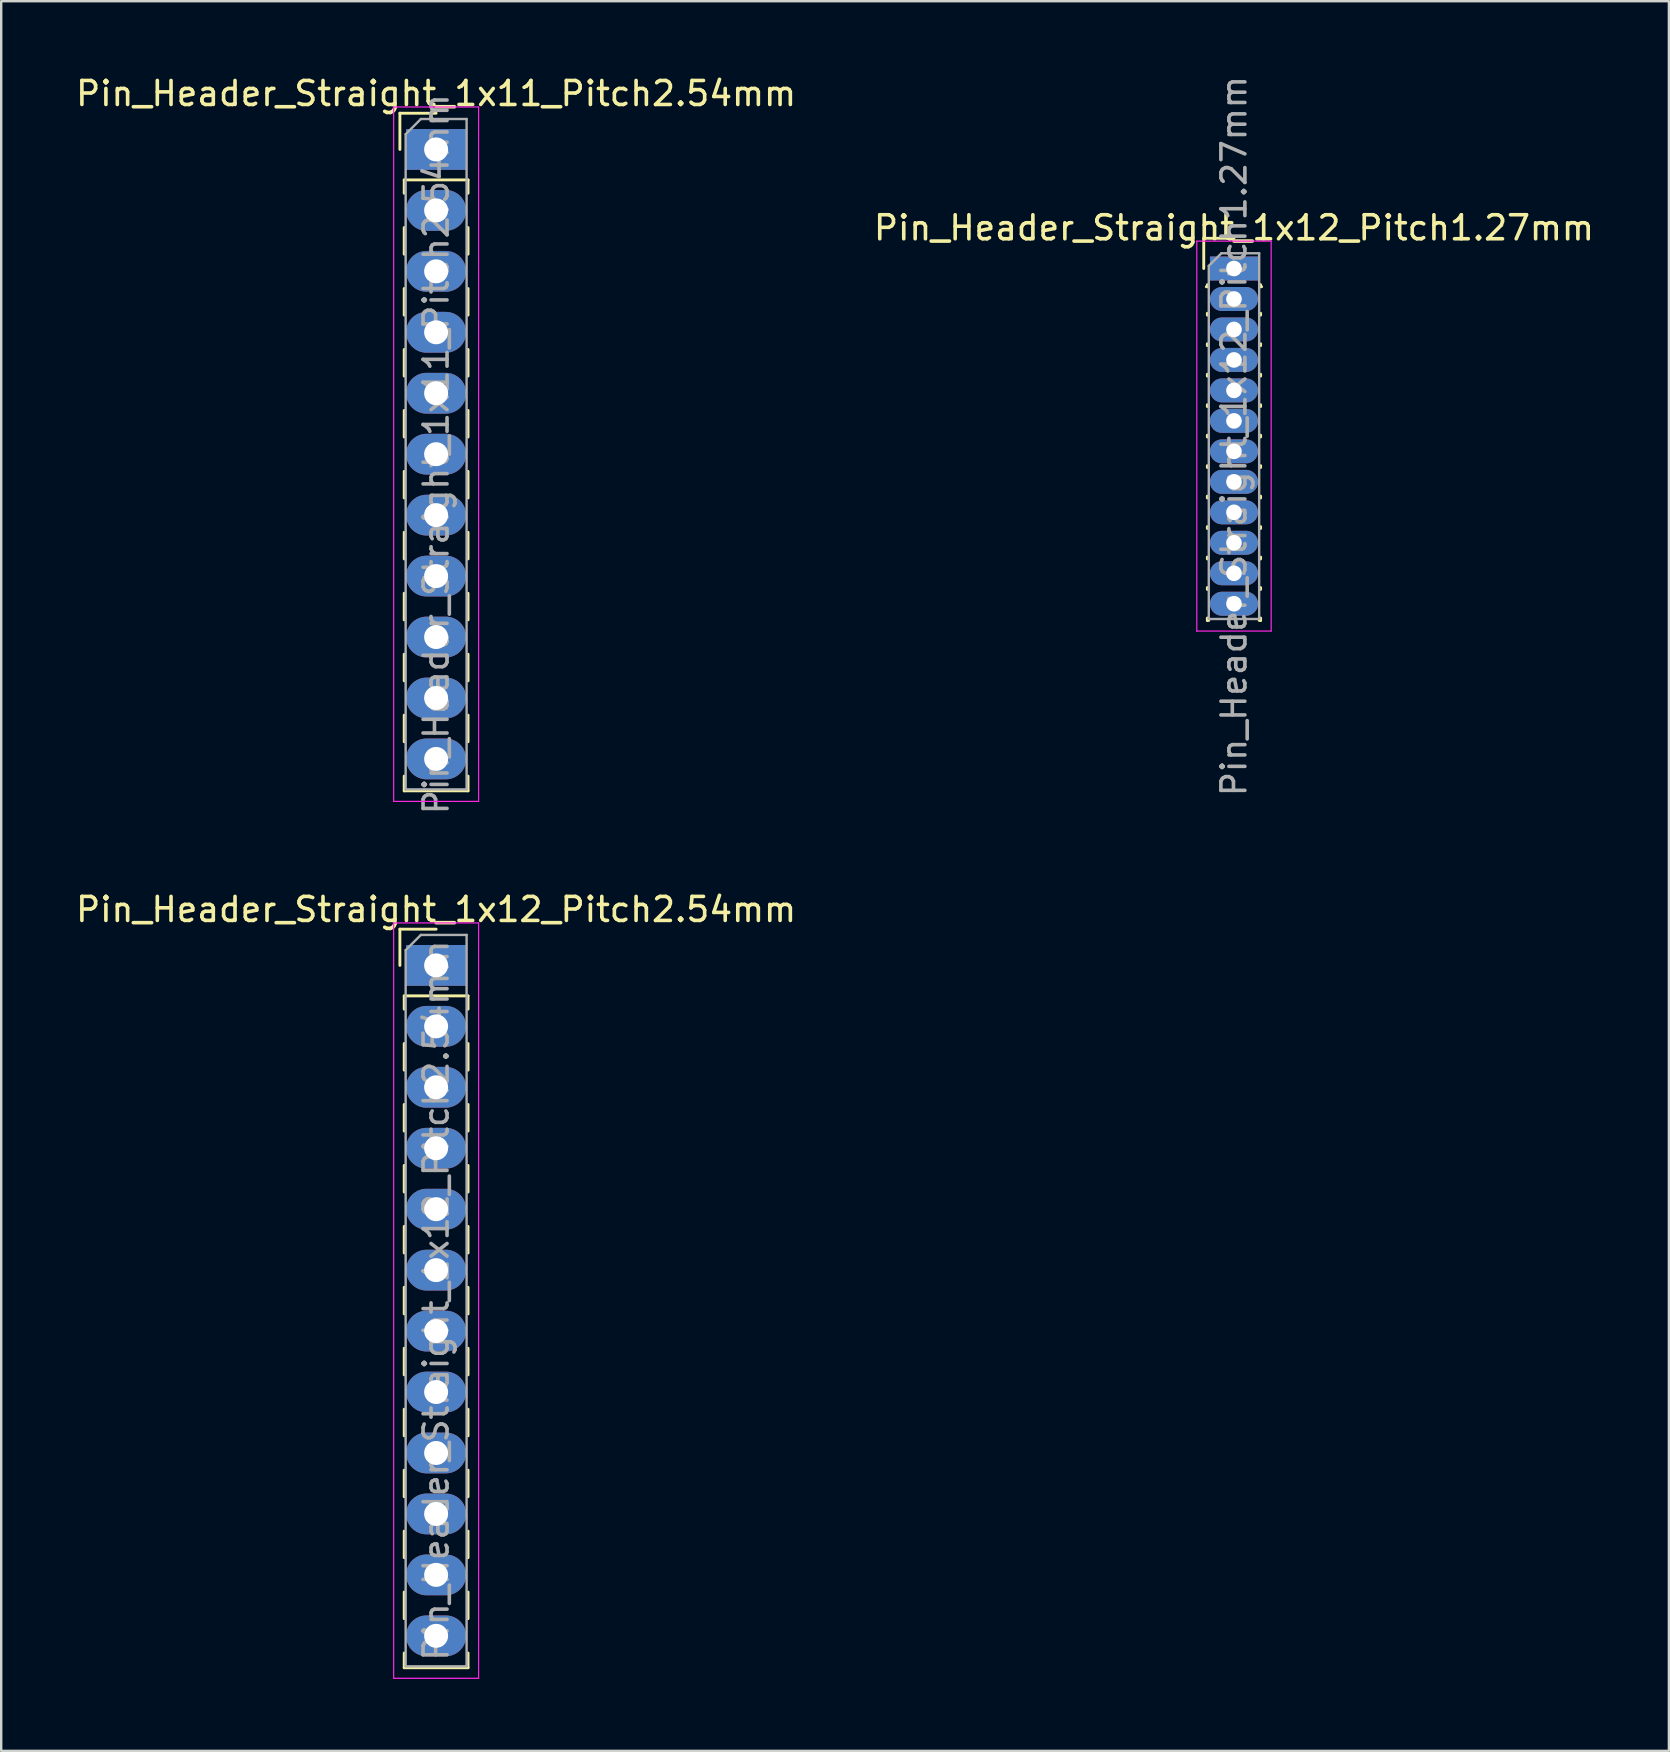
<source format=kicad_pcb>
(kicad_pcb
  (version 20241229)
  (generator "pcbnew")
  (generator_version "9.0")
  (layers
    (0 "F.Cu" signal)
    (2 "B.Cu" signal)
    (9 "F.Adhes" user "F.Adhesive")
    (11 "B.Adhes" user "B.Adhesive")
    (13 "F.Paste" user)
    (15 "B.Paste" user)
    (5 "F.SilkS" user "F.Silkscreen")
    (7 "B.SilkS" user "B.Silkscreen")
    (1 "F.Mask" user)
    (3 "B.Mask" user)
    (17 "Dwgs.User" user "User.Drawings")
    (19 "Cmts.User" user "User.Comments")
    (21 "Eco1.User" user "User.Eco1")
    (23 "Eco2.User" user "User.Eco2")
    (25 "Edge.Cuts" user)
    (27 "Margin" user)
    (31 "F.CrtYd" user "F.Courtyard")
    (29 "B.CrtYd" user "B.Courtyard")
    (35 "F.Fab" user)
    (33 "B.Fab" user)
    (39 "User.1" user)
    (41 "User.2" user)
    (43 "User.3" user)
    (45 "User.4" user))
  (footprint "Pin_Header_Straight_1x12_Pitch2.54mm"
    (layer "F.Cu")
    (at 15.125 37.182)
    (property "Reference" "Pin_Header_Straight_1x12_Pitch2.54mm" (at 0 -2.33 0) (layer "F.SilkS") (effects (font (size 1 1) (thickness 0.15))))
    (attr through_hole)
    (fp_line (start -1.51 -1.51) (end 0 -1.51) (stroke (width 0.12) (type solid)) (layer "F.SilkS"))
    (fp_line (start -1.51 0) (end -1.51 -1.51) (stroke (width 0.12) (type solid)) (layer "F.SilkS"))
    (fp_line (start -1.33 1.27) (end -1.33 1.825) (stroke (width 0.12) (type solid)) (layer "F.SilkS"))
    (fp_line (start -1.33 1.27) (end 1.33 1.27) (stroke (width 0.12) (type solid)) (layer "F.SilkS"))
    (fp_line (start -1.33 3.255) (end -1.33 4.365) (stroke (width 0.12) (type solid)) (layer "F.SilkS"))
    (fp_line (start -1.33 5.795) (end -1.33 6.905) (stroke (width 0.12) (type solid)) (layer "F.SilkS"))
    (fp_line (start -1.33 8.335) (end -1.33 9.445) (stroke (width 0.12) (type solid)) (layer "F.SilkS"))
    (fp_line (start -1.33 10.875) (end -1.33 11.985) (stroke (width 0.12) (type solid)) (layer "F.SilkS"))
    (fp_line (start -1.33 13.415) (end -1.33 14.525) (stroke (width 0.12) (type solid)) (layer "F.SilkS"))
    (fp_line (start -1.33 15.955) (end -1.33 17.065) (stroke (width 0.12) (type solid)) (layer "F.SilkS"))
    (fp_line (start -1.33 18.495) (end -1.33 19.605) (stroke (width 0.12) (type solid)) (layer "F.SilkS"))
    (fp_line (start -1.33 21.035) (end -1.33 22.145) (stroke (width 0.12) (type solid)) (layer "F.SilkS"))
    (fp_line (start -1.33 23.575) (end -1.33 24.685) (stroke (width 0.12) (type solid)) (layer "F.SilkS"))
    (fp_line (start -1.33 26.115) (end -1.33 27.225) (stroke (width 0.12) (type solid)) (layer "F.SilkS"))
    (fp_line (start -1.33 28.655) (end -1.33 29.27) (stroke (width 0.12) (type solid)) (layer "F.SilkS"))
    (fp_line (start -1.33 29.27) (end 1.33 29.27) (stroke (width 0.12) (type solid)) (layer "F.SilkS"))
    (fp_line (start 1.33 1.27) (end 1.33 1.825) (stroke (width 0.12) (type solid)) (layer "F.SilkS"))
    (fp_line (start 1.33 3.255) (end 1.33 4.365) (stroke (width 0.12) (type solid)) (layer "F.SilkS"))
    (fp_line (start 1.33 5.795) (end 1.33 6.905) (stroke (width 0.12) (type solid)) (layer "F.SilkS"))
    (fp_line (start 1.33 8.335) (end 1.33 9.445) (stroke (width 0.12) (type solid)) (layer "F.SilkS"))
    (fp_line (start 1.33 10.875) (end 1.33 11.985) (stroke (width 0.12) (type solid)) (layer "F.SilkS"))
    (fp_line (start 1.33 13.415) (end 1.33 14.525) (stroke (width 0.12) (type solid)) (layer "F.SilkS"))
    (fp_line (start 1.33 15.955) (end 1.33 17.065) (stroke (width 0.12) (type solid)) (layer "F.SilkS"))
    (fp_line (start 1.33 18.495) (end 1.33 19.605) (stroke (width 0.12) (type solid)) (layer "F.SilkS"))
    (fp_line (start 1.33 21.035) (end 1.33 22.145) (stroke (width 0.12) (type solid)) (layer "F.SilkS"))
    (fp_line (start 1.33 23.575) (end 1.33 24.685) (stroke (width 0.12) (type solid)) (layer "F.SilkS"))
    (fp_line (start 1.33 26.115) (end 1.33 27.225) (stroke (width 0.12) (type solid)) (layer "F.SilkS"))
    (fp_line (start 1.33 28.655) (end 1.33 29.27) (stroke (width 0.12) (type solid)) (layer "F.SilkS"))
    (fp_line (start -1.77 -1.77) (end -1.77 29.71) (stroke (width 0.05) (type solid)) (layer "F.CrtYd"))
    (fp_line (start -1.77 29.71) (end 1.77 29.71) (stroke (width 0.05) (type solid)) (layer "F.CrtYd"))
    (fp_line (start 1.77 -1.77) (end -1.77 -1.77) (stroke (width 0.05) (type solid)) (layer "F.CrtYd"))
    (fp_line (start 1.77 29.71) (end 1.77 -1.77) (stroke (width 0.05) (type solid)) (layer "F.CrtYd"))
    (fp_line (start -1.27 -0.635) (end -0.635 -1.27) (stroke (width 0.1) (type solid)) (layer "F.Fab"))
    (fp_line (start -1.27 29.21) (end -1.27 -0.635) (stroke (width 0.1) (type solid)) (layer "F.Fab"))
    (fp_line (start -0.635 -1.27) (end 1.27 -1.27) (stroke (width 0.1) (type solid)) (layer "F.Fab"))
    (fp_line (start 1.27 -1.27) (end 1.27 29.21) (stroke (width 0.1) (type solid)) (layer "F.Fab"))
    (fp_line (start 1.27 29.21) (end -1.27 29.21) (stroke (width 0.1) (type solid)) (layer "F.Fab"))
    (fp_text user "${REFERENCE}" (at 0 13.97 90) (layer "F.Fab") (effects (font (size 1 1) (thickness 0.15))))
    (pad "1" thru_hole rect (at 0 0) (size 2.5 1.7) (drill 1) (layers "*.Cu" "*.Mask"))
    (pad "2" thru_hole oval (at 0 2.54) (size 2.5 1.7) (drill 1) (layers "*.Cu" "*.Mask"))
    (pad "3" thru_hole oval (at 0 5.08) (size 2.5 1.7) (drill 1) (layers "*.Cu" "*.Mask"))
    (pad "4" thru_hole oval (at 0 7.62) (size 2.5 1.7) (drill 1) (layers "*.Cu" "*.Mask"))
    (pad "5" thru_hole oval (at 0 10.16) (size 2.5 1.7) (drill 1) (layers "*.Cu" "*.Mask"))
    (pad "6" thru_hole oval (at 0 12.7) (size 2.5 1.7) (drill 1) (layers "*.Cu" "*.Mask"))
    (pad "7" thru_hole oval (at 0 15.24) (size 2.5 1.7) (drill 1) (layers "*.Cu" "*.Mask"))
    (pad "8" thru_hole oval (at 0 17.78) (size 2.5 1.7) (drill 1) (layers "*.Cu" "*.Mask"))
    (pad "9" thru_hole oval (at 0 20.32) (size 2.5 1.7) (drill 1) (layers "*.Cu" "*.Mask"))
    (pad "10" thru_hole oval (at 0 22.86) (size 2.5 1.7) (drill 1) (layers "*.Cu" "*.Mask"))
    (pad "11" thru_hole oval (at 0 25.4) (size 2.5 1.7) (drill 1) (layers "*.Cu" "*.Mask"))
    (pad "12" thru_hole oval (at 0 27.94) (size 2.5 1.7) (drill 1) (layers "*.Cu" "*.Mask")))
  (footprint "Pin_Header_Straight_1x12_Pitch1.27mm"
    (layer "F.Cu")
    (at 48.375 8.14)
    (property "Reference" "Pin_Header_Straight_1x12_Pitch1.27mm" (at 0 -1.695 0) (layer "F.SilkS") (effects (font (size 1 1) (thickness 0.15))))
    (attr through_hole)
    (fp_line (start -1.26 -1.26) (end 0 -1.26) (stroke (width 0.12) (type solid)) (layer "F.SilkS"))
    (fp_line (start -1.26 0) (end -1.26 -1.26) (stroke (width 0.12) (type solid)) (layer "F.SilkS"))
    (fp_line (start -1.11 0.76) (end -1.152 0.76) (stroke (width 0.12) (type solid)) (layer "F.SilkS"))
    (fp_line (start -1.11 0.76) (end -1.11 0.674) (stroke (width 0.12) (type solid)) (layer "F.SilkS"))
    (fp_line (start -1.11 1.866) (end -1.11 1.944) (stroke (width 0.12) (type solid)) (layer "F.SilkS"))
    (fp_line (start -1.11 3.136) (end -1.11 3.214) (stroke (width 0.12) (type solid)) (layer "F.SilkS"))
    (fp_line (start -1.11 4.406) (end -1.11 4.484) (stroke (width 0.12) (type solid)) (layer "F.SilkS"))
    (fp_line (start -1.11 5.676) (end -1.11 5.754) (stroke (width 0.12) (type solid)) (layer "F.SilkS"))
    (fp_line (start -1.11 6.946) (end -1.11 7.024) (stroke (width 0.12) (type solid)) (layer "F.SilkS"))
    (fp_line (start -1.11 8.216) (end -1.11 8.294) (stroke (width 0.12) (type solid)) (layer "F.SilkS"))
    (fp_line (start -1.11 9.486) (end -1.11 9.564) (stroke (width 0.12) (type solid)) (layer "F.SilkS"))
    (fp_line (start -1.11 10.756) (end -1.11 10.834) (stroke (width 0.12) (type solid)) (layer "F.SilkS"))
    (fp_line (start -1.11 12.026) (end -1.11 12.104) (stroke (width 0.12) (type solid)) (layer "F.SilkS"))
    (fp_line (start -1.11 13.296) (end -1.11 13.374) (stroke (width 0.12) (type solid)) (layer "F.SilkS"))
    (fp_line (start -1.11 14.566) (end -1.11 14.665) (stroke (width 0.12) (type solid)) (layer "F.SilkS"))
    (fp_line (start -1.11 14.665) (end -1.051 14.665) (stroke (width 0.12) (type solid)) (layer "F.SilkS"))
    (fp_line (start 1.051 14.665) (end 1.11 14.665) (stroke (width 0.12) (type solid)) (layer "F.SilkS"))
    (fp_line (start 1.11 0.76) (end 1.11 0.674) (stroke (width 0.12) (type solid)) (layer "F.SilkS"))
    (fp_line (start 1.11 1.866) (end 1.11 1.944) (stroke (width 0.12) (type solid)) (layer "F.SilkS"))
    (fp_line (start 1.11 3.136) (end 1.11 3.214) (stroke (width 0.12) (type solid)) (layer "F.SilkS"))
    (fp_line (start 1.11 4.406) (end 1.11 4.484) (stroke (width 0.12) (type solid)) (layer "F.SilkS"))
    (fp_line (start 1.11 5.676) (end 1.11 5.754) (stroke (width 0.12) (type solid)) (layer "F.SilkS"))
    (fp_line (start 1.11 6.946) (end 1.11 7.024) (stroke (width 0.12) (type solid)) (layer "F.SilkS"))
    (fp_line (start 1.11 8.216) (end 1.11 8.294) (stroke (width 0.12) (type solid)) (layer "F.SilkS"))
    (fp_line (start 1.11 9.486) (end 1.11 9.564) (stroke (width 0.12) (type solid)) (layer "F.SilkS"))
    (fp_line (start 1.11 10.756) (end 1.11 10.834) (stroke (width 0.12) (type solid)) (layer "F.SilkS"))
    (fp_line (start 1.11 12.026) (end 1.11 12.104) (stroke (width 0.12) (type solid)) (layer "F.SilkS"))
    (fp_line (start 1.11 13.296) (end 1.11 13.374) (stroke (width 0.12) (type solid)) (layer "F.SilkS"))
    (fp_line (start 1.11 14.566) (end 1.11 14.665) (stroke (width 0.12) (type solid)) (layer "F.SilkS"))
    (fp_line (start 1.152 0.76) (end 1.11 0.76) (stroke (width 0.12) (type solid)) (layer "F.SilkS"))
    (fp_line (start -1.55 -1.14) (end -1.55 15.11) (stroke (width 0.05) (type solid)) (layer "F.CrtYd"))
    (fp_line (start -1.55 15.11) (end 1.55 15.11) (stroke (width 0.05) (type solid)) (layer "F.CrtYd"))
    (fp_line (start 1.55 -1.14) (end -1.55 -1.14) (stroke (width 0.05) (type solid)) (layer "F.CrtYd"))
    (fp_line (start 1.55 15.11) (end 1.55 -1.14) (stroke (width 0.05) (type solid)) (layer "F.CrtYd"))
    (fp_line (start -1.05 -0.11) (end -0.525 -0.635) (stroke (width 0.1) (type solid)) (layer "F.Fab"))
    (fp_line (start -1.05 14.605) (end -1.05 -0.11) (stroke (width 0.1) (type solid)) (layer "F.Fab"))
    (fp_line (start -0.525 -0.635) (end 1.05 -0.635) (stroke (width 0.1) (type solid)) (layer "F.Fab"))
    (fp_line (start 1.05 -0.635) (end 1.05 14.605) (stroke (width 0.1) (type solid)) (layer "F.Fab"))
    (fp_line (start 1.05 14.605) (end -1.05 14.605) (stroke (width 0.1) (type solid)) (layer "F.Fab"))
    (fp_text user "${REFERENCE}" (at 0 6.985 90) (layer "F.Fab") (effects (font (size 1 1) (thickness 0.15))))
    (pad "1" thru_hole rect (at 0 0) (size 2 1) (drill 0.65) (layers "*.Cu" "*.Mask"))
    (pad "2" thru_hole oval (at 0 1.27) (size 2 1) (drill 0.65) (layers "*.Cu" "*.Mask"))
    (pad "3" thru_hole oval (at 0 2.54) (size 2 1) (drill 0.65) (layers "*.Cu" "*.Mask"))
    (pad "4" thru_hole oval (at 0 3.81) (size 2 1) (drill 0.65) (layers "*.Cu" "*.Mask"))
    (pad "5" thru_hole oval (at 0 5.08) (size 2 1) (drill 0.65) (layers "*.Cu" "*.Mask"))
    (pad "6" thru_hole oval (at 0 6.35) (size 2 1) (drill 0.65) (layers "*.Cu" "*.Mask"))
    (pad "7" thru_hole oval (at 0 7.62) (size 2 1) (drill 0.65) (layers "*.Cu" "*.Mask"))
    (pad "8" thru_hole oval (at 0 8.89) (size 2 1) (drill 0.65) (layers "*.Cu" "*.Mask"))
    (pad "9" thru_hole oval (at 0 10.16) (size 2 1) (drill 0.65) (layers "*.Cu" "*.Mask"))
    (pad "10" thru_hole oval (at 0 11.43) (size 2 1) (drill 0.65) (layers "*.Cu" "*.Mask"))
    (pad "11" thru_hole oval (at 0 12.7) (size 2 1) (drill 0.65) (layers "*.Cu" "*.Mask"))
    (pad "12" thru_hole oval (at 0 13.97) (size 2 1) (drill 0.65) (layers "*.Cu" "*.Mask")))
  (footprint "Pin_Header_Straight_1x11_Pitch2.54mm"
    (layer "F.Cu")
    (at 15.125 3.178)
    (property "Reference" "Pin_Header_Straight_1x11_Pitch2.54mm" (at 0 -2.33 0) (layer "F.SilkS") (effects (font (size 1 1) (thickness 0.15))))
    (attr through_hole)
    (fp_line (start -1.51 -1.51) (end 0 -1.51) (stroke (width 0.12) (type solid)) (layer "F.SilkS"))
    (fp_line (start -1.51 0) (end -1.51 -1.51) (stroke (width 0.12) (type solid)) (layer "F.SilkS"))
    (fp_line (start -1.33 1.27) (end -1.33 1.825) (stroke (width 0.12) (type solid)) (layer "F.SilkS"))
    (fp_line (start -1.33 1.27) (end 1.33 1.27) (stroke (width 0.12) (type solid)) (layer "F.SilkS"))
    (fp_line (start -1.33 3.255) (end -1.33 4.365) (stroke (width 0.12) (type solid)) (layer "F.SilkS"))
    (fp_line (start -1.33 5.795) (end -1.33 6.905) (stroke (width 0.12) (type solid)) (layer "F.SilkS"))
    (fp_line (start -1.33 8.335) (end -1.33 9.445) (stroke (width 0.12) (type solid)) (layer "F.SilkS"))
    (fp_line (start -1.33 10.875) (end -1.33 11.985) (stroke (width 0.12) (type solid)) (layer "F.SilkS"))
    (fp_line (start -1.33 13.415) (end -1.33 14.525) (stroke (width 0.12) (type solid)) (layer "F.SilkS"))
    (fp_line (start -1.33 15.955) (end -1.33 17.065) (stroke (width 0.12) (type solid)) (layer "F.SilkS"))
    (fp_line (start -1.33 18.495) (end -1.33 19.605) (stroke (width 0.12) (type solid)) (layer "F.SilkS"))
    (fp_line (start -1.33 21.035) (end -1.33 22.145) (stroke (width 0.12) (type solid)) (layer "F.SilkS"))
    (fp_line (start -1.33 23.575) (end -1.33 24.685) (stroke (width 0.12) (type solid)) (layer "F.SilkS"))
    (fp_line (start -1.33 26.115) (end -1.33 26.73) (stroke (width 0.12) (type solid)) (layer "F.SilkS"))
    (fp_line (start -1.33 26.73) (end 1.33 26.73) (stroke (width 0.12) (type solid)) (layer "F.SilkS"))
    (fp_line (start 1.33 1.27) (end 1.33 1.825) (stroke (width 0.12) (type solid)) (layer "F.SilkS"))
    (fp_line (start 1.33 3.255) (end 1.33 4.365) (stroke (width 0.12) (type solid)) (layer "F.SilkS"))
    (fp_line (start 1.33 5.795) (end 1.33 6.905) (stroke (width 0.12) (type solid)) (layer "F.SilkS"))
    (fp_line (start 1.33 8.335) (end 1.33 9.445) (stroke (width 0.12) (type solid)) (layer "F.SilkS"))
    (fp_line (start 1.33 10.875) (end 1.33 11.985) (stroke (width 0.12) (type solid)) (layer "F.SilkS"))
    (fp_line (start 1.33 13.415) (end 1.33 14.525) (stroke (width 0.12) (type solid)) (layer "F.SilkS"))
    (fp_line (start 1.33 15.955) (end 1.33 17.065) (stroke (width 0.12) (type solid)) (layer "F.SilkS"))
    (fp_line (start 1.33 18.495) (end 1.33 19.605) (stroke (width 0.12) (type solid)) (layer "F.SilkS"))
    (fp_line (start 1.33 21.035) (end 1.33 22.145) (stroke (width 0.12) (type solid)) (layer "F.SilkS"))
    (fp_line (start 1.33 23.575) (end 1.33 24.685) (stroke (width 0.12) (type solid)) (layer "F.SilkS"))
    (fp_line (start 1.33 26.115) (end 1.33 26.73) (stroke (width 0.12) (type solid)) (layer "F.SilkS"))
    (fp_line (start -1.77 -1.77) (end -1.77 27.17) (stroke (width 0.05) (type solid)) (layer "F.CrtYd"))
    (fp_line (start -1.77 27.17) (end 1.77 27.17) (stroke (width 0.05) (type solid)) (layer "F.CrtYd"))
    (fp_line (start 1.77 -1.77) (end -1.77 -1.77) (stroke (width 0.05) (type solid)) (layer "F.CrtYd"))
    (fp_line (start 1.77 27.17) (end 1.77 -1.77) (stroke (width 0.05) (type solid)) (layer "F.CrtYd"))
    (fp_line (start -1.27 -0.635) (end -0.635 -1.27) (stroke (width 0.1) (type solid)) (layer "F.Fab"))
    (fp_line (start -1.27 26.67) (end -1.27 -0.635) (stroke (width 0.1) (type solid)) (layer "F.Fab"))
    (fp_line (start -0.635 -1.27) (end 1.27 -1.27) (stroke (width 0.1) (type solid)) (layer "F.Fab"))
    (fp_line (start 1.27 -1.27) (end 1.27 26.67) (stroke (width 0.1) (type solid)) (layer "F.Fab"))
    (fp_line (start 1.27 26.67) (end -1.27 26.67) (stroke (width 0.1) (type solid)) (layer "F.Fab"))
    (fp_text user "${REFERENCE}" (at 0 12.7 90) (layer "F.Fab") (effects (font (size 1 1) (thickness 0.15))))
    (pad "1" thru_hole rect (at 0 0) (size 2.5 1.7) (drill 1) (layers "*.Cu" "*.Mask"))
    (pad "2" thru_hole oval (at 0 2.54) (size 2.5 1.7) (drill 1) (layers "*.Cu" "*.Mask"))
    (pad "3" thru_hole oval (at 0 5.08) (size 2.5 1.7) (drill 1) (layers "*.Cu" "*.Mask"))
    (pad "4" thru_hole oval (at 0 7.62) (size 2.5 1.7) (drill 1) (layers "*.Cu" "*.Mask"))
    (pad "5" thru_hole oval (at 0 10.16) (size 2.5 1.7) (drill 1) (layers "*.Cu" "*.Mask"))
    (pad "6" thru_hole oval (at 0 12.7) (size 2.5 1.7) (drill 1) (layers "*.Cu" "*.Mask"))
    (pad "7" thru_hole oval (at 0 15.24) (size 2.5 1.7) (drill 1) (layers "*.Cu" "*.Mask"))
    (pad "8" thru_hole oval (at 0 17.78) (size 2.5 1.7) (drill 1) (layers "*.Cu" "*.Mask"))
    (pad "9" thru_hole oval (at 0 20.32) (size 2.5 1.7) (drill 1) (layers "*.Cu" "*.Mask"))
    (pad "10" thru_hole oval (at 0 22.86) (size 2.5 1.7) (drill 1) (layers "*.Cu" "*.Mask"))
    (pad "11" thru_hole oval (at 0 25.4) (size 2.5 1.7) (drill 1) (layers "*.Cu" "*.Mask")))
  (gr_rect
    (start -3 -3)
    (end 66.5 69.917)
    (stroke (width 0.1) (type default))
    (fill no)
    (layer "Edge.Cuts")))
</source>
